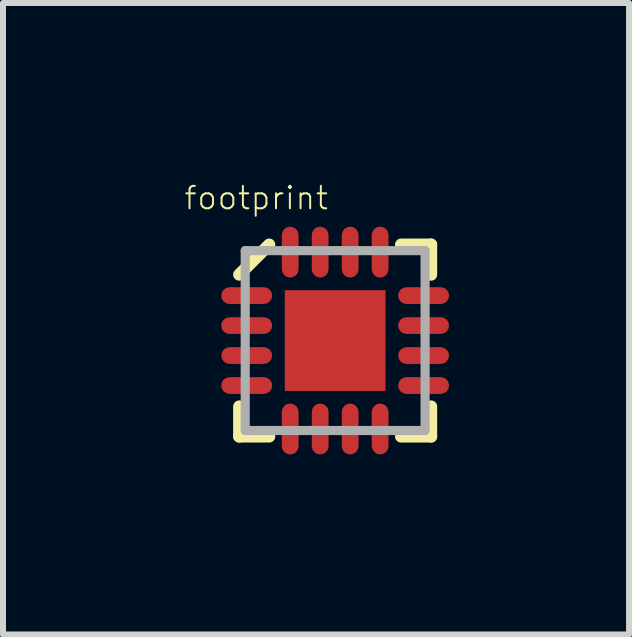
<source format=kicad_pcb>
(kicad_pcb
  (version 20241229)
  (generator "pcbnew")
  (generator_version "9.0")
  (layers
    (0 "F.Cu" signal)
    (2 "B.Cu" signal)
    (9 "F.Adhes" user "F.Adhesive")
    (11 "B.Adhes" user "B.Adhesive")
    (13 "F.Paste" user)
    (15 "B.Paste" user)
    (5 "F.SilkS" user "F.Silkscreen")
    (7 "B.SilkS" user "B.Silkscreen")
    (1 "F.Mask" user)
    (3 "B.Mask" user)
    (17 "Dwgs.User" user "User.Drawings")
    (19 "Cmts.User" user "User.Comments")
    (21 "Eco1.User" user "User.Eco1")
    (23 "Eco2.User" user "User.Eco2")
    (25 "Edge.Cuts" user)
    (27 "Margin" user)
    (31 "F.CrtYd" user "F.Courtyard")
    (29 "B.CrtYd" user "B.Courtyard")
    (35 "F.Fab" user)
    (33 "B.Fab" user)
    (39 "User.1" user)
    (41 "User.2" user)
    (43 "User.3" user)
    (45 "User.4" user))
  (footprint "footprint"
    (layer "F.Cu")
    (at 2.54 2.63)
    (property "Reference" "footprint" (at -2.54 -2.159 0) (layer "F.SilkS") (effects (font (size 0.374 0.374) (thickness 0.033)) (justify left bottom)))
    (fp_line (start -1.6 -1.1) (end -1.1 -1.6) (stroke (width 0.203) (type solid)) (layer "F.SilkS"))
    (fp_line (start -1.6 1.6) (end -1.6 1.1) (stroke (width 0.203) (type solid)) (layer "F.SilkS"))
    (fp_line (start -1.1 1.6) (end -1.6 1.6) (stroke (width 0.203) (type solid)) (layer "F.SilkS"))
    (fp_line (start 1.1 -1.6) (end 1.6 -1.6) (stroke (width 0.203) (type solid)) (layer "F.SilkS"))
    (fp_line (start 1.6 -1.6) (end 1.6 -1.1) (stroke (width 0.203) (type solid)) (layer "F.SilkS"))
    (fp_line (start 1.6 1.1) (end 1.6 1.6) (stroke (width 0.203) (type solid)) (layer "F.SilkS"))
    (fp_line (start 1.6 1.6) (end 1.1 1.6) (stroke (width 0.203) (type solid)) (layer "F.SilkS"))
    (fp_line (start -1.8 -0.75) (end -1.15 -0.75) (stroke (width 0.203) (type solid)) (layer "F.Paste"))
    (fp_line (start -1.8 -0.25) (end -1.15 -0.25) (stroke (width 0.203) (type solid)) (layer "F.Paste"))
    (fp_line (start -1.8 0.25) (end -1.15 0.25) (stroke (width 0.203) (type solid)) (layer "F.Paste"))
    (fp_line (start -1.8 0.75) (end -1.15 0.75) (stroke (width 0.203) (type solid)) (layer "F.Paste"))
    (fp_line (start -0.75 -1.8) (end -0.75 -1.15) (stroke (width 0.203) (type solid)) (layer "F.Paste"))
    (fp_line (start -0.75 1.8) (end -0.75 1.15) (stroke (width 0.203) (type solid)) (layer "F.Paste"))
    (fp_line (start -0.25 -1.8) (end -0.25 -1.15) (stroke (width 0.203) (type solid)) (layer "F.Paste"))
    (fp_line (start -0.25 1.8) (end -0.25 1.15) (stroke (width 0.203) (type solid)) (layer "F.Paste"))
    (fp_line (start 0.25 -1.8) (end 0.25 -1.15) (stroke (width 0.203) (type solid)) (layer "F.Paste"))
    (fp_line (start 0.25 1.8) (end 0.25 1.15) (stroke (width 0.203) (type solid)) (layer "F.Paste"))
    (fp_line (start 0.75 -1.8) (end 0.75 -1.15) (stroke (width 0.203) (type solid)) (layer "F.Paste"))
    (fp_line (start 0.75 1.8) (end 0.75 1.15) (stroke (width 0.203) (type solid)) (layer "F.Paste"))
    (fp_line (start 1.8 -0.75) (end 1.15 -0.75) (stroke (width 0.203) (type solid)) (layer "F.Paste"))
    (fp_line (start 1.8 -0.25) (end 1.15 -0.25) (stroke (width 0.203) (type solid)) (layer "F.Paste"))
    (fp_line (start 1.8 0.25) (end 1.15 0.25) (stroke (width 0.203) (type solid)) (layer "F.Paste"))
    (fp_line (start 1.8 0.75) (end 1.15 0.75) (stroke (width 0.203) (type solid)) (layer "F.Paste"))
    (fp_poly (pts (xy -0.6 -0.15) (xy -0.15 -0.15) (xy -0.15 -0.6) (xy -0.6 -0.6)) (stroke (width 0) (type solid)) (fill yes) (layer "F.Paste"))
    (fp_poly (pts (xy -0.6 0.6) (xy -0.15 0.6) (xy -0.15 0.15) (xy -0.6 0.15)) (stroke (width 0) (type solid)) (fill yes) (layer "F.Paste"))
    (fp_poly (pts (xy 0.15 -0.15) (xy 0.6 -0.15) (xy 0.6 -0.6) (xy 0.15 -0.6)) (stroke (width 0) (type solid)) (fill yes) (layer "F.Paste"))
    (fp_poly (pts (xy 0.15 0.6) (xy 0.6 0.6) (xy 0.6 0.15) (xy 0.15 0.15)) (stroke (width 0) (type solid)) (fill yes) (layer "F.Paste"))
    (fp_line (start -1.5 -1.5) (end -1.5 1.5) (stroke (width 0.152) (type solid)) (layer "F.Fab"))
    (fp_line (start -1.5 1.5) (end 1.5 1.5) (stroke (width 0.152) (type solid)) (layer "F.Fab"))
    (fp_line (start 1.5 -1.5) (end -1.5 -1.5) (stroke (width 0.152) (type solid)) (layer "F.Fab"))
    (fp_line (start 1.5 1.5) (end 1.5 -1.5) (stroke (width 0.152) (type solid)) (layer "F.Fab"))
    (pad "1" smd roundrect (at -1.475 -0.75) (size 0.85 0.28) (layers "F.Cu" "F.Mask") (roundrect_rratio 0.5))
    (pad "2" smd roundrect (at -1.475 -0.25) (size 0.85 0.28) (layers "F.Cu" "F.Mask") (roundrect_rratio 0.5))
    (pad "3" smd roundrect (at -1.475 0.25) (size 0.85 0.28) (layers "F.Cu" "F.Mask") (roundrect_rratio 0.5))
    (pad "4" smd roundrect (at -1.475 0.75) (size 0.85 0.28) (layers "F.Cu" "F.Mask") (roundrect_rratio 0.5))
    (pad "5" smd roundrect (at -0.75 1.475 90) (size 0.85 0.28) (layers "F.Cu" "F.Mask") (roundrect_rratio 0.5))
    (pad "6" smd roundrect (at -0.25 1.475 90) (size 0.85 0.28) (layers "F.Cu" "F.Mask") (roundrect_rratio 0.5))
    (pad "7" smd roundrect (at 0.25 1.475 90) (size 0.85 0.28) (layers "F.Cu" "F.Mask") (roundrect_rratio 0.5))
    (pad "8" smd roundrect (at 0.75 1.475 90) (size 0.85 0.28) (layers "F.Cu" "F.Mask") (roundrect_rratio 0.5))
    (pad "9" smd roundrect (at 1.475 0.75 180) (size 0.85 0.28) (layers "F.Cu" "F.Mask") (roundrect_rratio 0.5))
    (pad "10" smd roundrect (at 1.475 0.25 180) (size 0.85 0.28) (layers "F.Cu" "F.Mask") (roundrect_rratio 0.5))
    (pad "11" smd roundrect (at 1.475 -0.25 180) (size 0.85 0.28) (layers "F.Cu" "F.Mask") (roundrect_rratio 0.5))
    (pad "12" smd roundrect (at 1.475 -0.75 180) (size 0.85 0.28) (layers "F.Cu" "F.Mask") (roundrect_rratio 0.5))
    (pad "13" smd roundrect (at 0.75 -1.475 270) (size 0.85 0.28) (layers "F.Cu" "F.Mask") (roundrect_rratio 0.5))
    (pad "14" smd roundrect (at 0.25 -1.475 270) (size 0.85 0.28) (layers "F.Cu" "F.Mask") (roundrect_rratio 0.5))
    (pad "15" smd roundrect (at -0.25 -1.475 270) (size 0.85 0.28) (layers "F.Cu" "F.Mask") (roundrect_rratio 0.5))
    (pad "16" smd roundrect (at -0.75 -1.475 270) (size 0.85 0.28) (layers "F.Cu" "F.Mask") (roundrect_rratio 0.5))
    (pad "EXT" smd rect (at 0 0) (size 1.68 1.68) (layers "F.Cu" "F.Mask")))
  (gr_rect
    (start -3 -3)
    (end 7.442 7.532)
    (stroke (width 0.1) (type default))
    (fill no)
    (layer "Edge.Cuts")))
</source>
